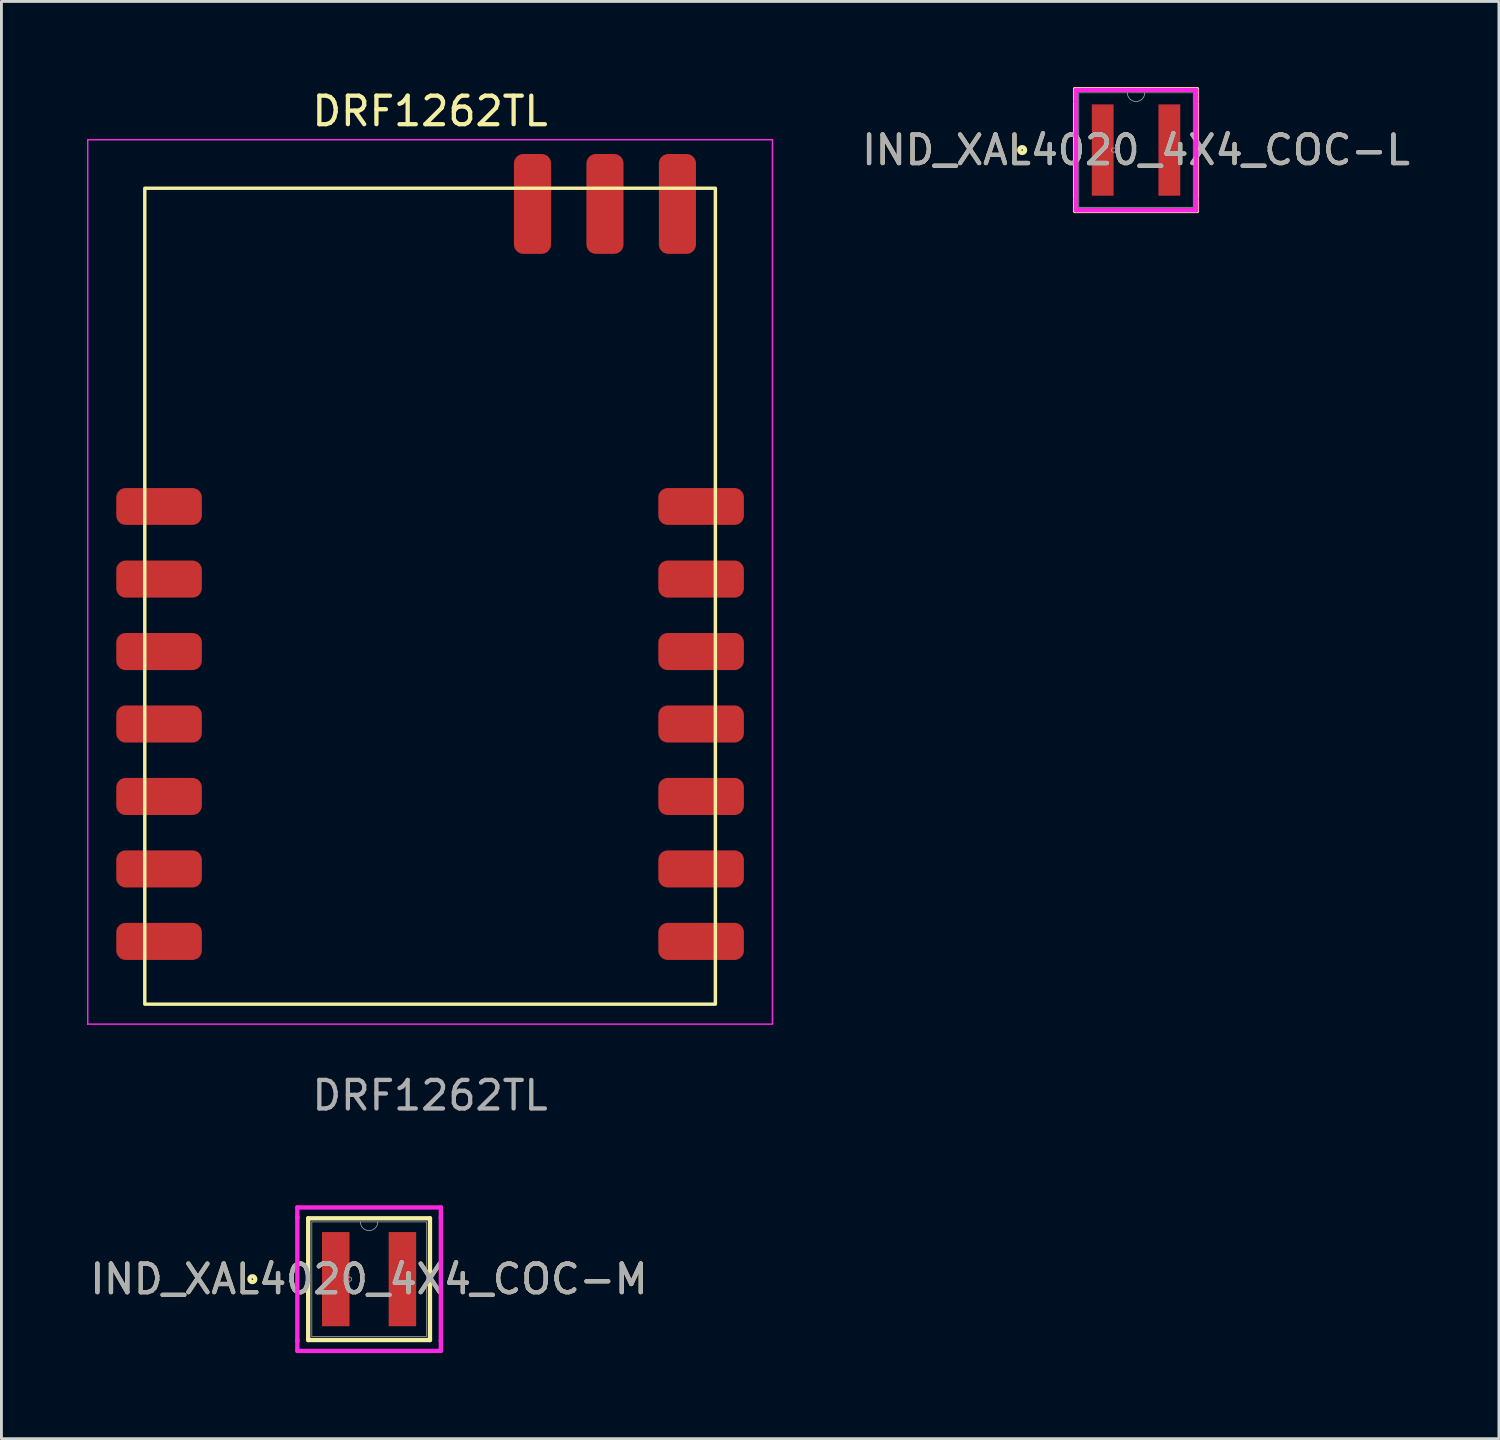
<source format=kicad_pcb>
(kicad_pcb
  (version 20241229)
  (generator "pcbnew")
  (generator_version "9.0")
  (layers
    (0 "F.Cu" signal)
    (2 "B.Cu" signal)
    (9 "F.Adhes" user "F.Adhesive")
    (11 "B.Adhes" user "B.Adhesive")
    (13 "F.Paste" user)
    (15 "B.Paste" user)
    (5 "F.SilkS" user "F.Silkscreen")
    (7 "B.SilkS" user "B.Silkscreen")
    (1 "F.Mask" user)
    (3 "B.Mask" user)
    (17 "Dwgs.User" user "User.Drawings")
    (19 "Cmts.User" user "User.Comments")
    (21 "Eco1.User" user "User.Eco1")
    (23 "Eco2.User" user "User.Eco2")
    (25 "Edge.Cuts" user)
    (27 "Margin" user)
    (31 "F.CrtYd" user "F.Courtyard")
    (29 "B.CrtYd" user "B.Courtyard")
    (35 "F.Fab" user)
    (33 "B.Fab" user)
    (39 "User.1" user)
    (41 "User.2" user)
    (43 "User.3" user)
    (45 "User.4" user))
  (footprint "IND_XAL4020_4X4_COC-L"
    (layer "F.Cu")
    (at 36.77 2.21)
    (property "Reference" "IND_XAL4020_4X4_COC-L" (at 0 0 0) (unlocked yes) (layer "F.SilkS") (effects (font (size 1 1) (thickness 0.15))))
    (attr smd)
    (fp_line (start -2.134 -2.134) (end -2.134 2.134) (stroke (width 0.152) (type solid)) (layer "F.SilkS"))
    (fp_line (start -2.134 2.134) (end 2.134 2.134) (stroke (width 0.152) (type solid)) (layer "F.SilkS"))
    (fp_line (start 2.134 -2.134) (end -2.134 -2.134) (stroke (width 0.152) (type solid)) (layer "F.SilkS"))
    (fp_line (start 2.134 2.134) (end 2.134 -2.134) (stroke (width 0.152) (type solid)) (layer "F.SilkS"))
    (fp_circle (center -3.991 0) (end -3.889 0) (stroke (width 0.152) (type solid)) (fill no) (layer "F.SilkS"))
    (fp_line (start -2.108 -2.108) (end 2.108 -2.108) (stroke (width 0.152) (type solid)) (layer "F.CrtYd"))
    (fp_line (start -2.108 -1.702) (end -2.108 -2.108) (stroke (width 0.152) (type solid)) (layer "F.CrtYd"))
    (fp_line (start -2.108 -1.702) (end -2.108 -1.702) (stroke (width 0.152) (type solid)) (layer "F.CrtYd"))
    (fp_line (start -2.108 1.702) (end -2.108 -1.702) (stroke (width 0.152) (type solid)) (layer "F.CrtYd"))
    (fp_line (start -2.108 1.702) (end -2.108 1.702) (stroke (width 0.152) (type solid)) (layer "F.CrtYd"))
    (fp_line (start -2.108 2.108) (end -2.108 1.702) (stroke (width 0.152) (type solid)) (layer "F.CrtYd"))
    (fp_line (start 2.108 -2.108) (end 2.108 -1.702) (stroke (width 0.152) (type solid)) (layer "F.CrtYd"))
    (fp_line (start 2.108 -1.702) (end 2.108 -1.702) (stroke (width 0.152) (type solid)) (layer "F.CrtYd"))
    (fp_line (start 2.108 -1.702) (end 2.108 1.702) (stroke (width 0.152) (type solid)) (layer "F.CrtYd"))
    (fp_line (start 2.108 1.702) (end 2.108 1.702) (stroke (width 0.152) (type solid)) (layer "F.CrtYd"))
    (fp_line (start 2.108 1.702) (end 2.108 2.108) (stroke (width 0.152) (type solid)) (layer "F.CrtYd"))
    (fp_line (start 2.108 2.108) (end -2.108 2.108) (stroke (width 0.152) (type solid)) (layer "F.CrtYd"))
    (fp_line (start -2.007 -2.007) (end -2.007 2.007) (stroke (width 0.025) (type solid)) (layer "F.Fab"))
    (fp_line (start -2.007 2.007) (end 2.007 2.007) (stroke (width 0.025) (type solid)) (layer "F.Fab"))
    (fp_line (start 2.007 -2.007) (end -2.007 -2.007) (stroke (width 0.025) (type solid)) (layer "F.Fab"))
    (fp_line (start 2.007 2.007) (end 2.007 -2.007) (stroke (width 0.025) (type solid)) (layer "F.Fab"))
    (fp_arc (start 0.3048 -2.0066) (mid 0 -1.7018) (end -0.3048 -2.0066) (stroke (width 0.0254) (type solid)) (layer "F.Fab"))
    (fp_circle (center -0.787 0) (end -0.71 0) (stroke (width 0.025) (type solid)) (fill no) (layer "F.Fab"))
    (fp_text user "${REFERENCE}" (at 0 0 0) (unlocked yes) (layer "F.Fab") (effects (font (size 1 1) (thickness 0.15))))
    (pad "1" smd rect (at -1.168 0) (size 0.764 3.201) (layers "F.Cu" "F.Mask" "F.Paste"))
    (pad "2" smd rect (at 1.168 0) (size 0.764 3.201) (layers "F.Cu" "F.Mask" "F.Paste")))
  (footprint "DRF1262TL"
    (layer "F.Cu")
    (at 12.025 17.848)
    (property "Reference" "DRF1262TL" (at 0 -17 0) (unlocked yes) (layer "F.SilkS") (effects (font (size 1 1) (thickness 0.15))))
    (attr smd)
    (fp_rect (start 10 -14.3) (end -10 14.3) (stroke (width 0.12) (type default)) (fill no) (layer "F.SilkS"))
    (fp_line (start -12 -16) (end 12 -16) (stroke (width 0.05) (type default)) (layer "F.CrtYd"))
    (fp_line (start -12 15) (end -12 -16) (stroke (width 0.05) (type default)) (layer "F.CrtYd"))
    (fp_line (start 12 -16) (end 12 15) (stroke (width 0.05) (type default)) (layer "F.CrtYd"))
    (fp_line (start 12 15) (end -12 15) (stroke (width 0.05) (type default)) (layer "F.CrtYd"))
    (fp_text user "${REFERENCE}" (at 0 17.5 0) (unlocked yes) (layer "F.Fab") (effects (font (size 1 1) (thickness 0.15))))
    (pad "1" smd roundrect (at -9.5 -3.145) (size 3 1.29) (layers "F.Cu" "F.Mask" "F.Paste") (roundrect_rratio 0.25))
    (pad "2" smd roundrect (at -9.5 -0.6) (size 3 1.3) (layers "F.Cu" "F.Mask" "F.Paste") (roundrect_rratio 0.25))
    (pad "3" smd roundrect (at -9.5 1.94) (size 3 1.3) (layers "F.Cu" "F.Mask" "F.Paste") (roundrect_rratio 0.25))
    (pad "4" smd roundrect (at -9.5 4.48) (size 3 1.3) (layers "F.Cu" "F.Mask" "F.Paste") (roundrect_rratio 0.25))
    (pad "5" smd roundrect (at -9.5 7.02) (size 3 1.3) (layers "F.Cu" "F.Mask" "F.Paste") (roundrect_rratio 0.25))
    (pad "6" smd roundrect (at -9.5 9.56) (size 3 1.3) (layers "F.Cu" "F.Mask" "F.Paste") (roundrect_rratio 0.25))
    (pad "7" smd roundrect (at -9.5 12.1) (size 3 1.3) (layers "F.Cu" "F.Mask" "F.Paste") (roundrect_rratio 0.25))
    (pad "8" smd roundrect (at 9.5 12.1) (size 3 1.3) (layers "F.Cu" "F.Mask" "F.Paste") (roundrect_rratio 0.25))
    (pad "9" smd roundrect (at 9.5 9.56) (size 3 1.3) (layers "F.Cu" "F.Mask" "F.Paste") (roundrect_rratio 0.25))
    (pad "10" smd roundrect (at 9.5 7.02) (size 3 1.3) (layers "F.Cu" "F.Mask" "F.Paste") (roundrect_rratio 0.25))
    (pad "11" smd roundrect (at 9.5 4.48) (size 3 1.3) (layers "F.Cu" "F.Mask" "F.Paste") (roundrect_rratio 0.25))
    (pad "12" smd roundrect (at 9.5 1.94) (size 3 1.3) (layers "F.Cu" "F.Mask" "F.Paste") (roundrect_rratio 0.25))
    (pad "13" smd roundrect (at 9.5 -0.6) (size 3 1.3) (layers "F.Cu" "F.Mask" "F.Paste") (roundrect_rratio 0.25))
    (pad "14" smd roundrect (at 9.5 -3.145) (size 3 1.29) (layers "F.Cu" "F.Mask" "F.Paste") (roundrect_rratio 0.25))
    (pad "15" smd roundrect (at 8.67 -13.75 90) (size 3.5 1.3) (layers "F.Cu" "F.Mask" "F.Paste") (roundrect_rratio 0.25))
    (pad "16" smd roundrect (at 6.13 -13.75 90) (size 3.5 1.3) (layers "F.Cu" "F.Mask" "F.Paste") (roundrect_rratio 0.25))
    (pad "17" smd roundrect (at 3.59 -13.75 90) (size 3.5 1.3) (layers "F.Cu" "F.Mask" "F.Paste") (roundrect_rratio 0.25)))
  (footprint "IND_XAL4020_4X4_COC-M"
    (layer "F.Cu")
    (at 9.887 41.787)
    (property "Reference" "IND_XAL4020_4X4_COC-M" (at 0 0 0) (unlocked yes) (layer "F.SilkS") (effects (font (size 1 1) (thickness 0.15))))
    (attr smd)
    (fp_line (start -2.134 -2.134) (end -2.134 2.134) (stroke (width 0.152) (type solid)) (layer "F.SilkS"))
    (fp_line (start -2.134 2.134) (end 2.134 2.134) (stroke (width 0.152) (type solid)) (layer "F.SilkS"))
    (fp_line (start 2.134 -2.134) (end -2.134 -2.134) (stroke (width 0.152) (type solid)) (layer "F.SilkS"))
    (fp_line (start 2.134 2.134) (end 2.134 -2.134) (stroke (width 0.152) (type solid)) (layer "F.SilkS"))
    (fp_circle (center -4.091 0) (end -3.989 0) (stroke (width 0.152) (type solid)) (fill no) (layer "F.SilkS"))
    (fp_line (start -2.515 -2.515) (end 2.515 -2.515) (stroke (width 0.152) (type solid)) (layer "F.CrtYd"))
    (fp_line (start -2.515 -2.159) (end -2.515 -2.515) (stroke (width 0.152) (type solid)) (layer "F.CrtYd"))
    (fp_line (start -2.515 -2.159) (end -2.515 -2.159) (stroke (width 0.152) (type solid)) (layer "F.CrtYd"))
    (fp_line (start -2.515 2.159) (end -2.515 -2.159) (stroke (width 0.152) (type solid)) (layer "F.CrtYd"))
    (fp_line (start -2.515 2.159) (end -2.515 2.159) (stroke (width 0.152) (type solid)) (layer "F.CrtYd"))
    (fp_line (start -2.515 2.515) (end -2.515 2.159) (stroke (width 0.152) (type solid)) (layer "F.CrtYd"))
    (fp_line (start 2.515 -2.515) (end 2.515 -2.159) (stroke (width 0.152) (type solid)) (layer "F.CrtYd"))
    (fp_line (start 2.515 -2.159) (end 2.515 -2.159) (stroke (width 0.152) (type solid)) (layer "F.CrtYd"))
    (fp_line (start 2.515 -2.159) (end 2.515 2.159) (stroke (width 0.152) (type solid)) (layer "F.CrtYd"))
    (fp_line (start 2.515 2.159) (end 2.515 2.159) (stroke (width 0.152) (type solid)) (layer "F.CrtYd"))
    (fp_line (start 2.515 2.159) (end 2.515 2.515) (stroke (width 0.152) (type solid)) (layer "F.CrtYd"))
    (fp_line (start 2.515 2.515) (end -2.515 2.515) (stroke (width 0.152) (type solid)) (layer "F.CrtYd"))
    (fp_line (start -2.007 -2.007) (end -2.007 2.007) (stroke (width 0.025) (type solid)) (layer "F.Fab"))
    (fp_line (start -2.007 2.007) (end 2.007 2.007) (stroke (width 0.025) (type solid)) (layer "F.Fab"))
    (fp_line (start 2.007 -2.007) (end -2.007 -2.007) (stroke (width 0.025) (type solid)) (layer "F.Fab"))
    (fp_line (start 2.007 2.007) (end 2.007 -2.007) (stroke (width 0.025) (type solid)) (layer "F.Fab"))
    (fp_arc (start 0.3048 -2.0066) (mid 0 -1.7018) (end -0.3048 -2.0066) (stroke (width 0.0254) (type solid)) (layer "F.Fab"))
    (fp_circle (center -0.687 0) (end -0.61 0) (stroke (width 0.025) (type solid)) (fill no) (layer "F.Fab"))
    (fp_text user "${REFERENCE}" (at 0 0 0) (unlocked yes) (layer "F.Fab") (effects (font (size 1 1) (thickness 0.15))))
    (pad "1" smd rect (at -1.168 0) (size 0.964 3.301) (layers "F.Cu" "F.Mask" "F.Paste"))
    (pad "2" smd rect (at 1.168 0) (size 0.964 3.301) (layers "F.Cu" "F.Mask" "F.Paste")))
  (gr_rect
    (start -3 -3)
    (end 49.49 47.378)
    (stroke (width 0.1) (type default))
    (fill no)
    (layer "Edge.Cuts")))
</source>
